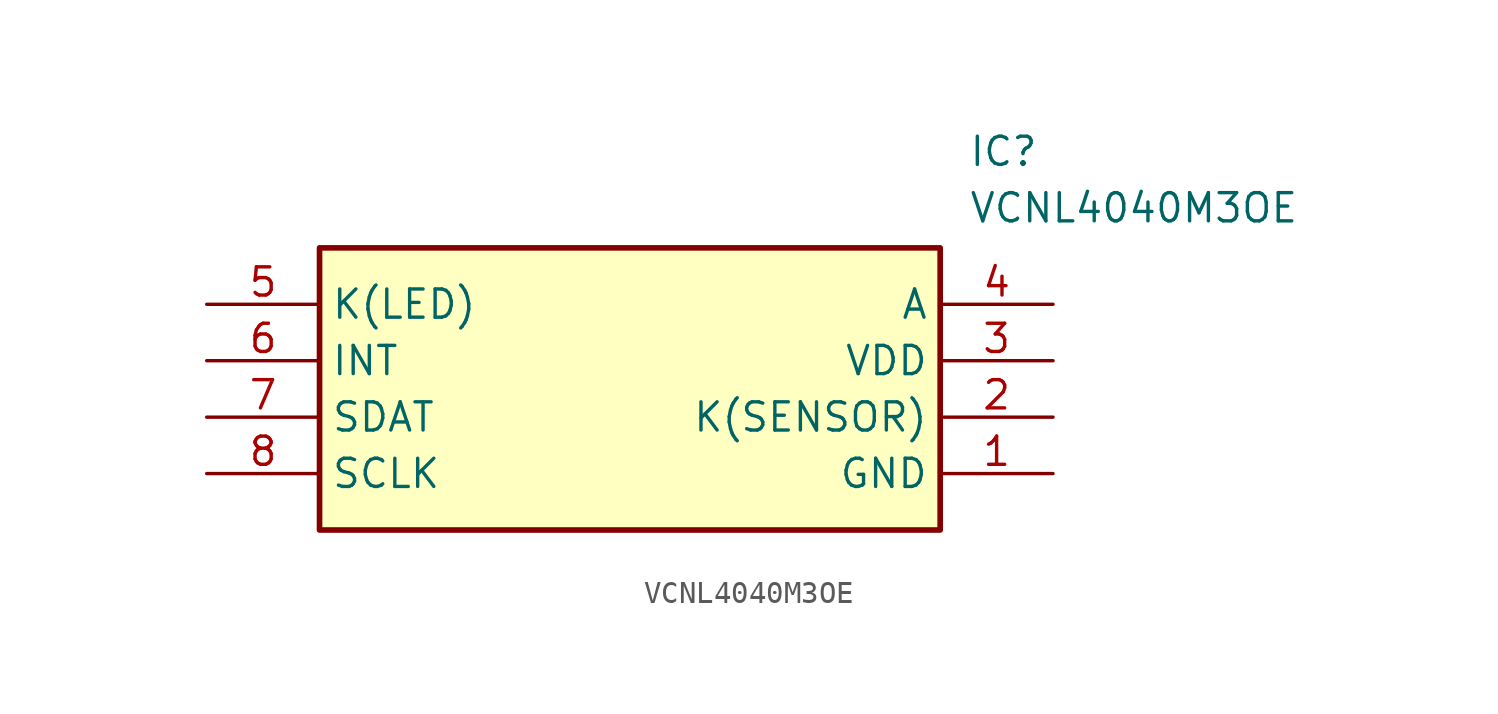
<source format=kicad_sym>
(kicad_symbol_lib
  (version 20211014)
  (generator SamacSys_ECAD_Model)
  (symbol "VCNL4040M3OE"
    (property "Reference" "IC"
      (at 34.29 7.62 0)
      (effects (font (size 1.27 1.27)) (justify left top)))
    (property "Value" "VCNL4040M3OE"
      (at 34.29 5.08 0)
      (effects (font (size 1.27 1.27)) (justify left top)))
    (rectangle
      (start 5.08 2.54)
      (end 33.02 -10.16)
      (stroke (width 0.254) (type default))
      (fill (type background)))
    (pin passive line
      (at 38.1 -7.62 180)
      (length 5.08)
      (name "GND" (effects (font (size 1.27 1.27))))
      (number "1" (effects (font (size 1.27 1.27)))))
    (pin passive line
      (at 38.1 -5.08 180)
      (length 5.08)
      (name "K(SENSOR)" (effects (font (size 1.27 1.27))))
      (number "2" (effects (font (size 1.27 1.27)))))
    (pin passive line
      (at 38.1 -2.54 180)
      (length 5.08)
      (name "VDD" (effects (font (size 1.27 1.27))))
      (number "3" (effects (font (size 1.27 1.27)))))
    (pin passive line
      (at 38.1 0 180)
      (length 5.08)
      (name "A" (effects (font (size 1.27 1.27))))
      (number "4" (effects (font (size 1.27 1.27)))))
    (pin passive line
      (at 0 0 0)
      (length 5.08)
      (name "K(LED)" (effects (font (size 1.27 1.27))))
      (number "5" (effects (font (size 1.27 1.27)))))
    (pin passive line
      (at 0 -2.54 0)
      (length 5.08)
      (name "INT" (effects (font (size 1.27 1.27))))
      (number "6" (effects (font (size 1.27 1.27)))))
    (pin passive line
      (at 0 -5.08 0)
      (length 5.08)
      (name "SDAT" (effects (font (size 1.27 1.27))))
      (number "7" (effects (font (size 1.27 1.27)))))
    (pin passive line
      (at 0 -7.62 0)
      (length 5.08)
      (name "SCLK" (effects (font (size 1.27 1.27))))
      (number "8" (effects (font (size 1.27 1.27)))))))
</source>
